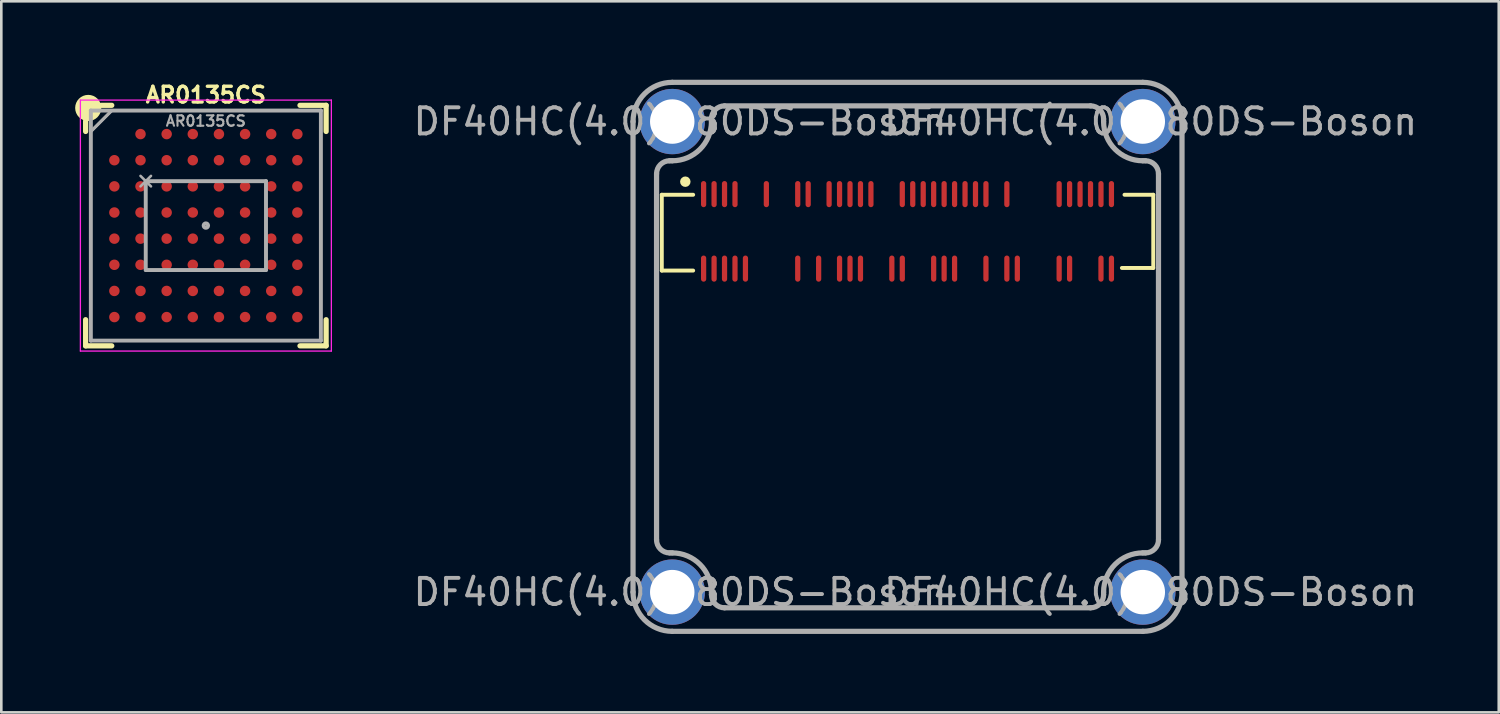
<source format=kicad_pcb>
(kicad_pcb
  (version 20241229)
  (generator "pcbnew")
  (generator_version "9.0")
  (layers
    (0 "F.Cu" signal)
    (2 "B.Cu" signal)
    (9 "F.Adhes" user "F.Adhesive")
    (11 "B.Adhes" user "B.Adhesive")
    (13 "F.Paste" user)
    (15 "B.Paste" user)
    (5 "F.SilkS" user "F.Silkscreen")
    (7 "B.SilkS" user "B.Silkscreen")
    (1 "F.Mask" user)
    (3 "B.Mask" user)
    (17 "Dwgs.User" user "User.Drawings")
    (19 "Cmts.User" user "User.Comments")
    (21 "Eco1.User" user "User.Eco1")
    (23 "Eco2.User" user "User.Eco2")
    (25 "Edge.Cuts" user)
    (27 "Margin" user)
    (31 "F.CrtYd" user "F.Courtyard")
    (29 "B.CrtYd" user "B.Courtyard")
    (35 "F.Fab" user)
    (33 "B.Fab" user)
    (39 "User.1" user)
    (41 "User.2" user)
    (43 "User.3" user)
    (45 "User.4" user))
  (footprint "DF40HC(4.0)-80DS-Boson"
    (layer "F.Cu")
    (at 31.665 5.8)
    (property "Reference" "DF40HC(4.0)-80DS-Boson" (at -6.1 -3.2 0) (layer "F.SilkS") (effects (font (size 0.001 0.001) (thickness 0.15))))
    (attr through_hole)
    (fp_line (start -9.4 -1.4) (end -9.4 1.5) (stroke (width 0.15) (type solid)) (layer "F.SilkS"))
    (fp_line (start -9.4 -1.4) (end -8.2 -1.4) (stroke (width 0.15) (type solid)) (layer "F.SilkS"))
    (fp_line (start -9.4 1.5) (end -8.2 1.5) (stroke (width 0.15) (type solid)) (layer "F.SilkS"))
    (fp_line (start 9.4 -1.4) (end 8.3 -1.4) (stroke (width 0.15) (type solid)) (layer "F.SilkS"))
    (fp_line (start 9.4 -1.4) (end 9.4 1.4) (stroke (width 0.15) (type solid)) (layer "F.SilkS"))
    (fp_line (start 9.4 1.4) (end 8.2 1.4) (stroke (width 0.15) (type solid)) (layer "F.SilkS"))
    (fp_circle (center -8.5 -1.9) (end -8.4 -1.9) (stroke (width 0.2) (type solid)) (fill no) (layer "F.SilkS"))
    (fp_line (start -10.5 13.8) (end -10.5 -4.2) (stroke (width 0.2) (type solid)) (layer "F.Fab"))
    (fp_line (start -9.6 -2.2) (end -9.6 11.8) (stroke (width 0.2) (type solid)) (layer "F.Fab"))
    (fp_line (start -9.1 12.3) (end -9 12.3) (stroke (width 0.2) (type solid)) (layer "F.Fab"))
    (fp_line (start -9 -5.7) (end 9 -5.7) (stroke (width 0.2) (type solid)) (layer "F.Fab"))
    (fp_line (start -9 -2.7) (end -9.1 -2.7) (stroke (width 0.2) (type solid)) (layer "F.Fab"))
    (fp_line (start -7.5 -4.3) (end -7.5 -4.2) (stroke (width 0.2) (type solid)) (layer "F.Fab"))
    (fp_line (start -7.5 13.8) (end -7.5 13.9) (stroke (width 0.2) (type solid)) (layer "F.Fab"))
    (fp_line (start -7 14.4) (end 7 14.4) (stroke (width 0.2) (type solid)) (layer "F.Fab"))
    (fp_line (start 7 -4.8) (end -7 -4.8) (stroke (width 0.2) (type solid)) (layer "F.Fab"))
    (fp_line (start 7.5 -4.2) (end 7.5 -4.3) (stroke (width 0.2) (type solid)) (layer "F.Fab"))
    (fp_line (start 7.5 13.9) (end 7.5 13.8) (stroke (width 0.2) (type solid)) (layer "F.Fab"))
    (fp_line (start 9 12.3) (end 9.1 12.3) (stroke (width 0.2) (type solid)) (layer "F.Fab"))
    (fp_line (start 9 15.3) (end -9 15.3) (stroke (width 0.2) (type solid)) (layer "F.Fab"))
    (fp_line (start 9.1 -2.7) (end 9 -2.7) (stroke (width 0.2) (type solid)) (layer "F.Fab"))
    (fp_line (start 9.6 11.8) (end 9.6 -2.2) (stroke (width 0.2) (type solid)) (layer "F.Fab"))
    (fp_line (start 10.5 -4.2) (end 10.5 13.8) (stroke (width 0.2) (type solid)) (layer "F.Fab"))
    (fp_arc (start -10.5 -4.2) (mid -10.06066 -5.26066) (end -9 -5.7) (stroke (width 0.2) (type solid)) (layer "F.Fab"))
    (fp_arc (start -9.6 -2.2) (mid -9.453553 -2.553553) (end -9.1 -2.7) (stroke (width 0.2) (type solid)) (layer "F.Fab"))
    (fp_arc (start -9.1 12.3) (mid -9.453553 12.153553) (end -9.6 11.8) (stroke (width 0.2) (type solid)) (layer "F.Fab"))
    (fp_arc (start -9 12.3) (mid -7.93934 12.73934) (end -7.5 13.8) (stroke (width 0.2) (type solid)) (layer "F.Fab"))
    (fp_arc (start -9 15.3) (mid -10.06066 14.86066) (end -10.5 13.8) (stroke (width 0.2) (type solid)) (layer "F.Fab"))
    (fp_arc (start -7.5 -4.3) (mid -7.353553 -4.653553) (end -7 -4.8) (stroke (width 0.2) (type solid)) (layer "F.Fab"))
    (fp_arc (start -7.5 -4.2) (mid -7.93934 -3.13934) (end -9 -2.7) (stroke (width 0.2) (type solid)) (layer "F.Fab"))
    (fp_arc (start -7 14.4) (mid -7.353553 14.253553) (end -7.5 13.9) (stroke (width 0.2) (type solid)) (layer "F.Fab"))
    (fp_arc (start 7 -4.8) (mid 7.353553 -4.653553) (end 7.5 -4.3) (stroke (width 0.2) (type solid)) (layer "F.Fab"))
    (fp_arc (start 7.5 13.8) (mid 7.93934 12.73934) (end 9 12.3) (stroke (width 0.2) (type solid)) (layer "F.Fab"))
    (fp_arc (start 7.5 13.9) (mid 7.353553 14.253553) (end 7 14.4) (stroke (width 0.2) (type solid)) (layer "F.Fab"))
    (fp_arc (start 9 -5.7) (mid 10.06066 -5.26066) (end 10.5 -4.2) (stroke (width 0.2) (type solid)) (layer "F.Fab"))
    (fp_arc (start 9 -2.7) (mid 7.93934 -3.13934) (end 7.5 -4.2) (stroke (width 0.2) (type solid)) (layer "F.Fab"))
    (fp_arc (start 9.1 -2.7) (mid 9.453553 -2.553553) (end 9.6 -2.2) (stroke (width 0.2) (type solid)) (layer "F.Fab"))
    (fp_arc (start 9.6 11.8) (mid 9.453553 12.153553) (end 9.1 12.3) (stroke (width 0.2) (type solid)) (layer "F.Fab"))
    (fp_arc (start 10.5 13.8) (mid 10.06066 14.86066) (end 9 15.3) (stroke (width 0.2) (type solid)) (layer "F.Fab"))
    (fp_text user "${REFERENCE}" (at 9.3 13.8 0) (layer "F.Fab") (effects (font (size 1 1) (thickness 0.15))))
    (fp_text user "${REFERENCE}" (at -8.7 -4.2 0) (layer "F.Fab") (effects (font (size 1 1) (thickness 0.15))))
    (fp_text user "${REFERENCE}" (at -8.7 13.8 0) (layer "F.Fab") (effects (font (size 1 1) (thickness 0.15))))
    (fp_text user "${REFERENCE}" (at 9.3 -4.2 0) (layer "F.Fab") (effects (font (size 1 1) (thickness 0.15))))
    (pad "0" thru_hole circle (at -9 -4.2) (size 2.5 2.5) (drill 1.7) (layers "*.Cu" "*.Mask"))
    (pad "0" thru_hole circle (at -9 13.8) (size 2.5 2.5) (drill 1.7) (layers "*.Cu" "*.Mask"))
    (pad "0" thru_hole circle (at 9 -4.2) (size 2.5 2.5) (drill 1.7) (layers "*.Cu" "*.Mask"))
    (pad "0" thru_hole circle (at 9 13.8) (size 2.5 2.5) (drill 1.7) (layers "*.Cu" "*.Mask"))
    (pad "1" smd oval (at -7.8 -1.425) (size 0.2 1) (layers "F.Cu" "F.Mask" "F.Paste"))
    (pad "2" smd oval (at -7.8 1.425) (size 0.2 1) (layers "F.Cu" "F.Mask" "F.Paste"))
    (pad "3" smd oval (at -7.4 -1.425) (size 0.2 1) (layers "F.Cu" "F.Mask" "F.Paste"))
    (pad "4" smd oval (at -7.4 1.425) (size 0.2 1) (layers "F.Cu" "F.Mask" "F.Paste"))
    (pad "5" smd oval (at -7 -1.425) (size 0.2 1) (layers "F.Cu" "F.Mask" "F.Paste"))
    (pad "6" smd oval (at -7 1.425) (size 0.2 1) (layers "F.Cu" "F.Mask" "F.Paste"))
    (pad "7" smd oval (at -6.6 -1.425) (size 0.2 1) (layers "F.Cu" "F.Mask" "F.Paste"))
    (pad "8" smd oval (at -6.6 1.425) (size 0.2 1) (layers "F.Cu" "F.Mask" "F.Paste"))
    (pad "10" smd oval (at -6.2 1.425) (size 0.2 1) (layers "F.Cu" "F.Mask" "F.Paste"))
    (pad "13" smd oval (at -5.4 -1.425) (size 0.2 1) (layers "F.Cu" "F.Mask" "F.Paste"))
    (pad "19" smd oval (at -4.2 -1.425) (size 0.2 1) (layers "F.Cu" "F.Mask" "F.Paste"))
    (pad "20" smd oval (at -4.2 1.425) (size 0.2 1) (layers "F.Cu" "F.Mask" "F.Paste"))
    (pad "21" smd oval (at -3.8 -1.425) (size 0.2 1) (layers "F.Cu" "F.Mask" "F.Paste"))
    (pad "24" smd oval (at -3.4 1.425) (size 0.2 1) (layers "F.Cu" "F.Mask" "F.Paste"))
    (pad "25" smd oval (at -3 -1.425) (size 0.2 1) (layers "F.Cu" "F.Mask" "F.Paste"))
    (pad "27" smd oval (at -2.6 -1.425) (size 0.2 1) (layers "F.Cu" "F.Mask" "F.Paste"))
    (pad "28" smd oval (at -2.6 1.425) (size 0.2 1) (layers "F.Cu" "F.Mask" "F.Paste"))
    (pad "29" smd oval (at -2.2 -1.425) (size 0.2 1) (layers "F.Cu" "F.Mask" "F.Paste"))
    (pad "30" smd oval (at -2.2 1.425) (size 0.2 1) (layers "F.Cu" "F.Mask" "F.Paste"))
    (pad "31" smd oval (at -1.8 -1.425) (size 0.2 1) (layers "F.Cu" "F.Mask" "F.Paste"))
    (pad "32" smd oval (at -1.8 1.425) (size 0.2 1) (layers "F.Cu" "F.Mask" "F.Paste"))
    (pad "33" smd oval (at -1.4 -1.425) (size 0.2 1) (layers "F.Cu" "F.Mask" "F.Paste"))
    (pad "38" smd oval (at -0.6 1.425) (size 0.2 1) (layers "F.Cu" "F.Mask" "F.Paste"))
    (pad "39" smd oval (at -0.2 -1.425) (size 0.2 1) (layers "F.Cu" "F.Mask" "F.Paste"))
    (pad "40" smd oval (at -0.2 1.425) (size 0.2 1) (layers "F.Cu" "F.Mask" "F.Paste"))
    (pad "41" smd oval (at 0.2 -1.425) (size 0.2 1) (layers "F.Cu" "F.Mask" "F.Paste"))
    (pad "43" smd oval (at 0.6 -1.425) (size 0.2 1) (layers "F.Cu" "F.Mask" "F.Paste"))
    (pad "45" smd oval (at 1 -1.425) (size 0.2 1) (layers "F.Cu" "F.Mask" "F.Paste"))
    (pad "46" smd oval (at 1 1.425) (size 0.2 1) (layers "F.Cu" "F.Mask" "F.Paste"))
    (pad "47" smd oval (at 1.4 -1.425) (size 0.2 1) (layers "F.Cu" "F.Mask" "F.Paste"))
    (pad "48" smd oval (at 1.4 1.425) (size 0.2 1) (layers "F.Cu" "F.Mask" "F.Paste"))
    (pad "49" smd oval (at 1.8 -1.425) (size 0.2 1) (layers "F.Cu" "F.Mask" "F.Paste"))
    (pad "50" smd oval (at 1.8 1.425) (size 0.2 1) (layers "F.Cu" "F.Mask" "F.Paste"))
    (pad "51" smd oval (at 2.2 -1.425) (size 0.2 1) (layers "F.Cu" "F.Mask" "F.Paste"))
    (pad "53" smd oval (at 2.6 -1.425) (size 0.2 1) (layers "F.Cu" "F.Mask" "F.Paste"))
    (pad "55" smd oval (at 3 -1.425) (size 0.2 1) (layers "F.Cu" "F.Mask" "F.Paste"))
    (pad "56" smd oval (at 3 1.425) (size 0.2 1) (layers "F.Cu" "F.Mask" "F.Paste"))
    (pad "59" smd oval (at 3.8 -1.425) (size 0.2 1) (layers "F.Cu" "F.Mask" "F.Paste"))
    (pad "60" smd oval (at 3.8 1.425) (size 0.2 1) (layers "F.Cu" "F.Mask" "F.Paste"))
    (pad "62" smd oval (at 4.2 1.425) (size 0.2 1) (layers "F.Cu" "F.Mask" "F.Paste"))
    (pad "69" smd oval (at 5.8 -1.425) (size 0.2 1) (layers "F.Cu" "F.Mask" "F.Paste"))
    (pad "70" smd oval (at 5.8 1.425) (size 0.2 1) (layers "F.Cu" "F.Mask" "F.Paste"))
    (pad "71" smd oval (at 6.2 -1.425) (size 0.2 1) (layers "F.Cu" "F.Mask" "F.Paste"))
    (pad "72" smd oval (at 6.2 1.425) (size 0.2 1) (layers "F.Cu" "F.Mask" "F.Paste"))
    (pad "73" smd oval (at 6.6 -1.425) (size 0.2 1) (layers "F.Cu" "F.Mask" "F.Paste"))
    (pad "75" smd oval (at 7 -1.425) (size 0.2 1) (layers "F.Cu" "F.Mask" "F.Paste"))
    (pad "77" smd oval (at 7.4 -1.425) (size 0.2 1) (layers "F.Cu" "F.Mask" "F.Paste"))
    (pad "78" smd oval (at 7.4 1.425) (size 0.2 1) (layers "F.Cu" "F.Mask" "F.Paste"))
    (pad "79" smd oval (at 7.8 -1.425) (size 0.2 1) (layers "F.Cu" "F.Mask" "F.Paste"))
    (pad "80" smd oval (at 7.8 1.425) (size 0.2 1) (layers "F.Cu" "F.Mask" "F.Paste")))
  (footprint "AR0135CS"
    (layer "F.Cu")
    (at 4.825 5.579)
    (property "Reference" "AR0135CS" (at 0 -5 0) (layer "F.SilkS") (effects (font (size 0.6 0.6) (thickness 0.13))))
    (property "Value" "${VALUE}" (at 0 4 0) (layer "F.Fab") (hide yes) (effects (font (size 0.4 0.4) (thickness 0.08))))
    (attr smd)
    (fp_line (start -4.6 -3.6) (end -4.6 -4) (stroke (width 0.2) (type solid)) (layer "F.SilkS"))
    (fp_line (start -4.6 3.6) (end -4.6 4.6) (stroke (width 0.2) (type solid)) (layer "F.SilkS"))
    (fp_line (start -3.6 -4.6) (end -4 -4.6) (stroke (width 0.2) (type solid)) (layer "F.SilkS"))
    (fp_line (start -3.6 4.6) (end -4.6 4.6) (stroke (width 0.2) (type solid)) (layer "F.SilkS"))
    (fp_line (start 3.6 -4.6) (end 4.6 -4.6) (stroke (width 0.2) (type solid)) (layer "F.SilkS"))
    (fp_line (start 3.6 4.6) (end 4.6 4.6) (stroke (width 0.2) (type solid)) (layer "F.SilkS"))
    (fp_line (start 4.6 -3.6) (end 4.6 -4.6) (stroke (width 0.2) (type solid)) (layer "F.SilkS"))
    (fp_line (start 4.6 3.6) (end 4.6 4.6) (stroke (width 0.2) (type solid)) (layer "F.SilkS"))
    (fp_circle (center -4.5 -4.5) (end -4.5 -4.5) (stroke (width 0.5) (type solid)) (fill no) (layer "F.SilkS"))
    (fp_line (start -4.8 -4.8) (end -4.8 4.8) (stroke (width 0.05) (type solid)) (layer "F.CrtYd"))
    (fp_line (start -4.8 -4.8) (end 4.8 -4.8) (stroke (width 0.05) (type solid)) (layer "F.CrtYd"))
    (fp_line (start -4.8 4.8) (end 4.8 4.8) (stroke (width 0.05) (type solid)) (layer "F.CrtYd"))
    (fp_line (start 4.8 -4.8) (end 4.8 4.8) (stroke (width 0.05) (type solid)) (layer "F.CrtYd"))
    (fp_line (start -4.4 -4.4) (end 4.4 -4.4) (stroke (width 0.15) (type solid)) (layer "F.Fab"))
    (fp_line (start -4.4 4.4) (end -4.4 -4.4) (stroke (width 0.15) (type solid)) (layer "F.Fab"))
    (fp_line (start -3.6 -4.4) (end -4.4 -3.6) (stroke (width 0.12) (type solid)) (layer "F.Fab"))
    (fp_line (start -2.5 -1.9) (end -2.1 -1.5) (stroke (width 0.1) (type solid)) (layer "F.Fab"))
    (fp_line (start -2.5 -1.5) (end -2.1 -1.9) (stroke (width 0.1) (type solid)) (layer "F.Fab"))
    (fp_line (start -2.3 -1.7) (end 2.3 -1.7) (stroke (width 0.15) (type solid)) (layer "F.Fab"))
    (fp_line (start -2.3 1.7) (end -2.3 -1.7) (stroke (width 0.15) (type solid)) (layer "F.Fab"))
    (fp_line (start 2.3 -1.7) (end 2.3 1.7) (stroke (width 0.15) (type solid)) (layer "F.Fab"))
    (fp_line (start 2.3 1.7) (end -2.3 1.7) (stroke (width 0.15) (type solid)) (layer "F.Fab"))
    (fp_line (start 4.4 -4.4) (end 4.4 4.4) (stroke (width 0.15) (type solid)) (layer "F.Fab"))
    (fp_line (start 4.4 4.4) (end -4.4 4.4) (stroke (width 0.15) (type solid)) (layer "F.Fab"))
    (fp_circle (center 0 0) (end 0.01 0) (stroke (width 0.15) (type solid)) (fill no) (layer "F.Fab"))
    (fp_poly (pts (xy -4.4 -4.4) (xy -3.6 -4.4) (xy -4.4 -3.6)) (stroke (width 0.1) (type solid)) (fill no) (layer "F.Fab"))
    (fp_text user "${REFERENCE}" (at 0 -4 0) (layer "F.Fab") (effects (font (size 0.4 0.4) (thickness 0.08))))
    (pad "A2" smd circle (at -2.5 -3.5) (size 0.4 0.4) (layers "F.Cu" "F.Mask" "F.Paste"))
    (pad "A3" smd circle (at -1.5 -3.5) (size 0.4 0.4) (layers "F.Cu" "F.Mask" "F.Paste"))
    (pad "A4" smd circle (at -0.5 -3.5) (size 0.4 0.4) (layers "F.Cu" "F.Mask" "F.Paste"))
    (pad "A5" smd circle (at 0.5 -3.5) (size 0.4 0.4) (layers "F.Cu" "F.Mask" "F.Paste"))
    (pad "A6" smd circle (at 1.5 -3.5) (size 0.4 0.4) (layers "F.Cu" "F.Mask" "F.Paste"))
    (pad "A7" smd circle (at 2.5 -3.5) (size 0.4 0.4) (layers "F.Cu" "F.Mask" "F.Paste"))
    (pad "A8" smd circle (at 3.5 -3.5) (size 0.4 0.4) (layers "F.Cu" "F.Mask" "F.Paste"))
    (pad "B1" smd circle (at -3.5 -2.5) (size 0.4 0.4) (layers "F.Cu" "F.Mask" "F.Paste"))
    (pad "B2" smd circle (at -2.5 -2.5) (size 0.4 0.4) (layers "F.Cu" "F.Mask" "F.Paste"))
    (pad "B3" smd circle (at -1.5 -2.5) (size 0.4 0.4) (layers "F.Cu" "F.Mask" "F.Paste"))
    (pad "B4" smd circle (at -0.5 -2.5) (size 0.4 0.4) (layers "F.Cu" "F.Mask" "F.Paste"))
    (pad "B5" smd circle (at 0.5 -2.5) (size 0.4 0.4) (layers "F.Cu" "F.Mask" "F.Paste"))
    (pad "B6" smd circle (at 1.5 -2.5) (size 0.4 0.4) (layers "F.Cu" "F.Mask" "F.Paste"))
    (pad "B7" smd circle (at 2.5 -2.5) (size 0.4 0.4) (layers "F.Cu" "F.Mask" "F.Paste"))
    (pad "B8" smd circle (at 3.5 -2.5) (size 0.4 0.4) (layers "F.Cu" "F.Mask" "F.Paste"))
    (pad "C1" smd circle (at -3.5 -1.5) (size 0.4 0.4) (layers "F.Cu" "F.Mask" "F.Paste"))
    (pad "C2" smd circle (at -2.5 -1.5) (size 0.4 0.4) (layers "F.Cu" "F.Mask" "F.Paste"))
    (pad "C3" smd circle (at -1.5 -1.5) (size 0.4 0.4) (layers "F.Cu" "F.Mask" "F.Paste"))
    (pad "C4" smd circle (at -0.5 -1.5) (size 0.4 0.4) (layers "F.Cu" "F.Mask" "F.Paste"))
    (pad "C5" smd circle (at 0.5 -1.5) (size 0.4 0.4) (layers "F.Cu" "F.Mask" "F.Paste"))
    (pad "C6" smd circle (at 1.5 -1.5) (size 0.4 0.4) (layers "F.Cu" "F.Mask" "F.Paste"))
    (pad "C7" smd circle (at 2.5 -1.5) (size 0.4 0.4) (layers "F.Cu" "F.Mask" "F.Paste"))
    (pad "C8" smd circle (at 3.5 -1.5) (size 0.4 0.4) (layers "F.Cu" "F.Mask" "F.Paste"))
    (pad "D1" smd circle (at -3.5 -0.5) (size 0.4 0.4) (layers "F.Cu" "F.Mask" "F.Paste"))
    (pad "D2" smd circle (at -2.5 -0.5) (size 0.4 0.4) (layers "F.Cu" "F.Mask" "F.Paste"))
    (pad "D3" smd circle (at -1.5 -0.5) (size 0.4 0.4) (layers "F.Cu" "F.Mask" "F.Paste"))
    (pad "D4" smd circle (at -0.5 -0.5) (size 0.4 0.4) (layers "F.Cu" "F.Mask" "F.Paste"))
    (pad "D5" smd circle (at 0.5 -0.5) (size 0.4 0.4) (layers "F.Cu" "F.Mask" "F.Paste"))
    (pad "D6" smd circle (at 1.5 -0.5) (size 0.4 0.4) (layers "F.Cu" "F.Mask" "F.Paste"))
    (pad "D7" smd circle (at 2.5 -0.5) (size 0.4 0.4) (layers "F.Cu" "F.Mask" "F.Paste"))
    (pad "D8" smd circle (at 3.5 -0.5) (size 0.4 0.4) (layers "F.Cu" "F.Mask" "F.Paste"))
    (pad "E1" smd circle (at -3.5 0.5) (size 0.4 0.4) (layers "F.Cu" "F.Mask" "F.Paste"))
    (pad "E2" smd circle (at -2.5 0.5) (size 0.4 0.4) (layers "F.Cu" "F.Mask" "F.Paste"))
    (pad "E3" smd circle (at -1.5 0.5) (size 0.4 0.4) (layers "F.Cu" "F.Mask" "F.Paste"))
    (pad "E4" smd circle (at -0.5 0.5) (size 0.4 0.4) (layers "F.Cu" "F.Mask" "F.Paste"))
    (pad "E5" smd circle (at 0.5 0.5) (size 0.4 0.4) (layers "F.Cu" "F.Mask" "F.Paste"))
    (pad "E6" smd circle (at 1.5 0.5) (size 0.4 0.4) (layers "F.Cu" "F.Mask" "F.Paste"))
    (pad "E7" smd circle (at 2.5 0.5) (size 0.4 0.4) (layers "F.Cu" "F.Mask" "F.Paste"))
    (pad "E8" smd circle (at 3.5 0.5) (size 0.4 0.4) (layers "F.Cu" "F.Mask" "F.Paste"))
    (pad "F1" smd circle (at -3.5 1.5) (size 0.4 0.4) (layers "F.Cu" "F.Mask" "F.Paste"))
    (pad "F2" smd circle (at -2.5 1.5) (size 0.4 0.4) (layers "F.Cu" "F.Mask" "F.Paste"))
    (pad "F3" smd circle (at -1.5 1.5) (size 0.4 0.4) (layers "F.Cu" "F.Mask" "F.Paste"))
    (pad "F4" smd circle (at -0.5 1.5) (size 0.4 0.4) (layers "F.Cu" "F.Mask" "F.Paste"))
    (pad "F5" smd circle (at 0.5 1.5) (size 0.4 0.4) (layers "F.Cu" "F.Mask" "F.Paste"))
    (pad "F6" smd circle (at 1.5 1.5) (size 0.4 0.4) (layers "F.Cu" "F.Mask" "F.Paste"))
    (pad "F7" smd circle (at 2.5 1.5) (size 0.4 0.4) (layers "F.Cu" "F.Mask" "F.Paste"))
    (pad "F8" smd circle (at 3.5 1.5) (size 0.4 0.4) (layers "F.Cu" "F.Mask" "F.Paste"))
    (pad "G1" smd circle (at -3.5 2.5) (size 0.4 0.4) (layers "F.Cu" "F.Mask" "F.Paste"))
    (pad "G2" smd circle (at -2.5 2.5) (size 0.4 0.4) (layers "F.Cu" "F.Mask" "F.Paste"))
    (pad "G3" smd circle (at -1.5 2.5) (size 0.4 0.4) (layers "F.Cu" "F.Mask" "F.Paste"))
    (pad "G4" smd circle (at -0.5 2.5) (size 0.4 0.4) (layers "F.Cu" "F.Mask" "F.Paste"))
    (pad "G5" smd circle (at 0.5 2.5) (size 0.4 0.4) (layers "F.Cu" "F.Mask" "F.Paste"))
    (pad "G6" smd circle (at 1.5 2.5) (size 0.4 0.4) (layers "F.Cu" "F.Mask" "F.Paste"))
    (pad "G7" smd circle (at 2.5 2.5) (size 0.4 0.4) (layers "F.Cu" "F.Mask" "F.Paste"))
    (pad "G8" smd circle (at 3.5 2.5) (size 0.4 0.4) (layers "F.Cu" "F.Mask" "F.Paste"))
    (pad "H1" smd circle (at -3.5 3.5) (size 0.4 0.4) (layers "F.Cu" "F.Mask" "F.Paste"))
    (pad "H2" smd circle (at -2.5 3.5) (size 0.4 0.4) (layers "F.Cu" "F.Mask" "F.Paste"))
    (pad "H3" smd circle (at -1.5 3.5) (size 0.4 0.4) (layers "F.Cu" "F.Mask" "F.Paste"))
    (pad "H4" smd circle (at -0.5 3.5) (size 0.4 0.4) (layers "F.Cu" "F.Mask" "F.Paste"))
    (pad "H5" smd circle (at 0.5 3.5) (size 0.4 0.4) (layers "F.Cu" "F.Mask" "F.Paste"))
    (pad "H6" smd circle (at 1.5 3.5) (size 0.4 0.4) (layers "F.Cu" "F.Mask" "F.Paste"))
    (pad "H7" smd circle (at 2.5 3.5) (size 0.4 0.4) (layers "F.Cu" "F.Mask" "F.Paste"))
    (pad "H8" smd circle (at 3.5 3.5) (size 0.4 0.4) (layers "F.Cu" "F.Mask" "F.Paste")))
  (gr_rect
    (start -3 -3)
    (end 54.281 24.2)
    (stroke (width 0.1) (type default))
    (fill no)
    (layer "Edge.Cuts")))
</source>
